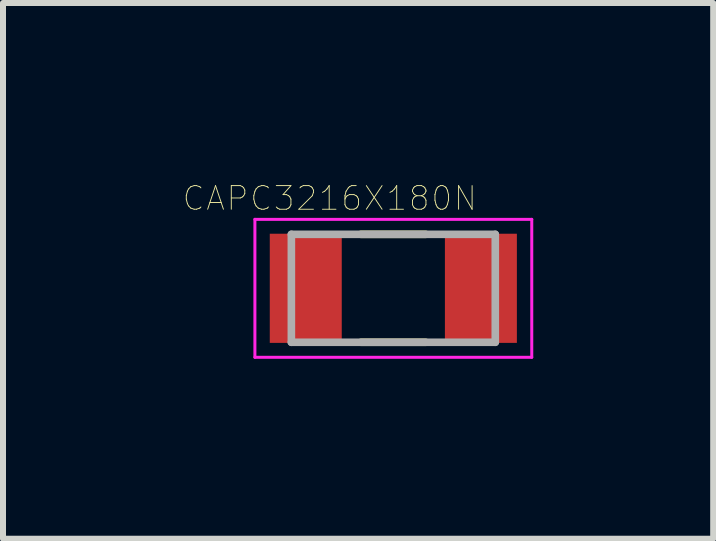
<source format=kicad_pcb>
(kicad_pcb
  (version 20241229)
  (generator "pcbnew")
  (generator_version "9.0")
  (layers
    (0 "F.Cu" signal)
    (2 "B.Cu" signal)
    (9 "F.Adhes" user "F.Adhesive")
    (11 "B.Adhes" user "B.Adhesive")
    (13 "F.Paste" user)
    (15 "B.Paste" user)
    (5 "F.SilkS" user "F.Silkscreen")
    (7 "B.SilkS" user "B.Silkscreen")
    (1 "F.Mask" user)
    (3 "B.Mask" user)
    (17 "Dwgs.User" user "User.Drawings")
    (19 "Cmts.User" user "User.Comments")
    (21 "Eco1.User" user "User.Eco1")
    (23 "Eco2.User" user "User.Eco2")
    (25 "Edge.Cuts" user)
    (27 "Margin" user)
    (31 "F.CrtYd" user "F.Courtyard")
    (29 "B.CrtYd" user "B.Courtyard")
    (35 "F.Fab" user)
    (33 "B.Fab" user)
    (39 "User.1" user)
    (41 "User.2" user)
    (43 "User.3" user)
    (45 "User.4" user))
  (footprint "CAPC3216X180N"
    (layer "F.Cu")
    (at 3.508 1.757)
    (property "Reference" "CAPC3216X180N" (at -1.06 -1.5 0) (layer "F.SilkS") (effects (font (size 0.394 0.394) (thickness 0.015))))
    (attr through_hole)
    (fp_line (start -0.54 -0.9) (end 0.54 -0.9) (stroke (width 0.127) (type solid)) (layer "F.SilkS"))
    (fp_line (start -0.54 0.9) (end 0.54 0.9) (stroke (width 0.127) (type solid)) (layer "F.SilkS"))
    (fp_line (start -2.308 -1.15) (end 2.308 -1.15) (stroke (width 0.05) (type solid)) (layer "F.CrtYd"))
    (fp_line (start -2.308 1.15) (end -2.308 -1.15) (stroke (width 0.05) (type solid)) (layer "F.CrtYd"))
    (fp_line (start -2.308 1.15) (end 2.308 1.15) (stroke (width 0.05) (type solid)) (layer "F.CrtYd"))
    (fp_line (start 2.308 1.15) (end 2.308 -1.15) (stroke (width 0.05) (type solid)) (layer "F.CrtYd"))
    (fp_line (start -1.7 0.9) (end -1.7 -0.9) (stroke (width 0.127) (type solid)) (layer "F.Fab"))
    (fp_line (start 1.7 -0.9) (end -1.7 -0.9) (stroke (width 0.127) (type solid)) (layer "F.Fab"))
    (fp_line (start 1.7 0.9) (end -1.7 0.9) (stroke (width 0.127) (type solid)) (layer "F.Fab"))
    (fp_line (start 1.7 0.9) (end 1.7 -0.9) (stroke (width 0.127) (type solid)) (layer "F.Fab"))
    (pad "1" smd rect (at -1.46 0) (size 1.2 1.82) (layers "F.Cu" "F.Mask" "F.Paste"))
    (pad "2" smd rect (at 1.46 0) (size 1.2 1.82) (layers "F.Cu" "F.Mask" "F.Paste")))
  (gr_rect
    (start -3 -3)
    (end 8.841 5.932)
    (stroke (width 0.1) (type default))
    (fill no)
    (layer "Edge.Cuts")))
</source>
